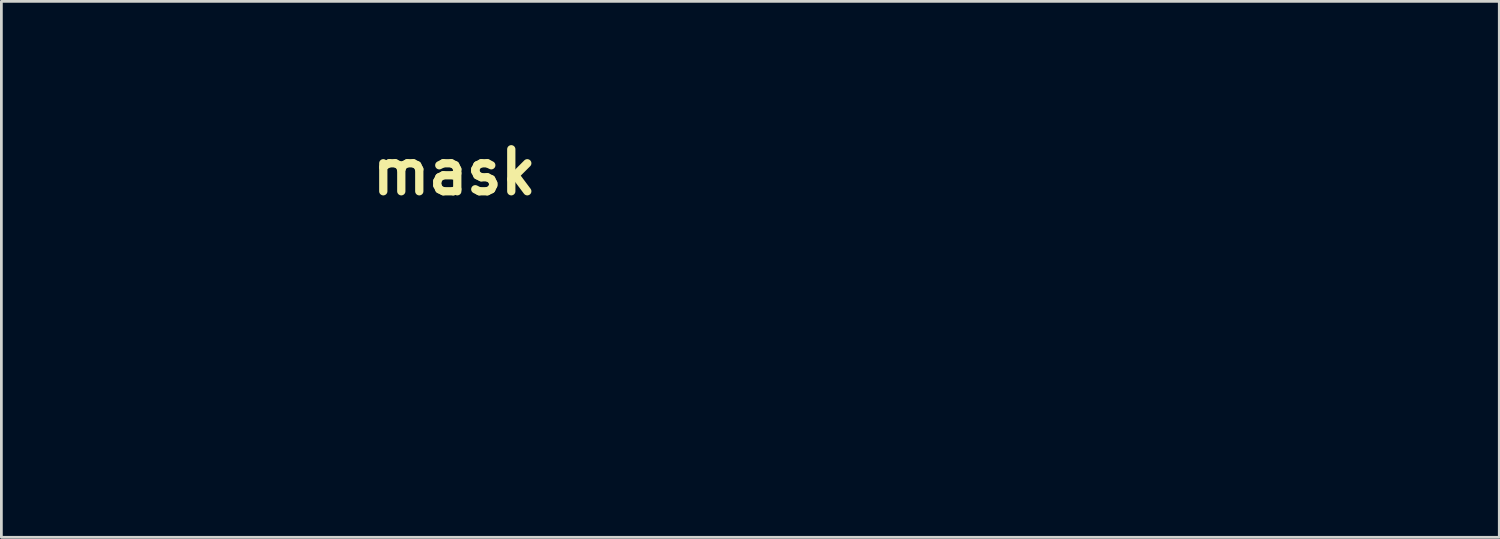
<source format=kicad_pcb>
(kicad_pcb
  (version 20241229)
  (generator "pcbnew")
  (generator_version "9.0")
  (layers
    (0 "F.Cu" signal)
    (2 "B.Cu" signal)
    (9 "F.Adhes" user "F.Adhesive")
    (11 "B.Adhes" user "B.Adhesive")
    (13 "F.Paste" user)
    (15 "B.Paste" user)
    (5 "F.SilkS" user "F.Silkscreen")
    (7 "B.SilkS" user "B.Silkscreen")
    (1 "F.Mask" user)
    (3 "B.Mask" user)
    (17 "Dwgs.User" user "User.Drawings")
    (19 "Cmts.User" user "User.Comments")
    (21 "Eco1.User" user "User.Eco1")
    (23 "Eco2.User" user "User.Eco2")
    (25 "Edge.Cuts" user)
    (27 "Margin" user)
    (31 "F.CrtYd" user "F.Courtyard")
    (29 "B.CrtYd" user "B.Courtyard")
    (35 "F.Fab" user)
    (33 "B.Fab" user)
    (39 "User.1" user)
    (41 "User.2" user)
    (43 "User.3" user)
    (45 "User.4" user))
  (footprint "mask"
    (layer "F.Cu")
    (at 13.435 3.201)
    (property "Reference" "mask" (at 0 0 0) (layer "F.SilkS") (effects (font (size 1.524 1.524) (thickness 0.3))))
    (attr through_hole)
    (fp_poly (pts (xy 0.315 -1.299) (xy 0.469 -1.26) (xy 0.71 -1.144) (xy 0.943 -0.954) (xy 1.14 -0.718) (xy 1.272 -0.468) (xy 1.353 -0.124) (xy 1.344 0.21) (xy 1.254 0.523) (xy 1.095 0.804) (xy 0.876 1.04) (xy 0.609 1.218) (xy 0.302 1.329) (xy -0.033 1.359) (xy -0.288 1.323) (xy -0.621 1.194) (xy -0.903 0.987) (xy -1.12 0.715) (xy -1.263 0.394) (xy -1.318 0.039) (xy -1.319 0.019) (xy -1.276 -0.343) (xy -1.15 -0.661) (xy -0.953 -0.926) (xy -0.696 -1.132) (xy -0.391 -1.268) (xy -0.05 -1.326) (xy 0.315 -1.299)) (stroke (width 0.01) (type solid)) (fill yes) (layer "F.Mask"))
    (fp_poly (pts (xy 0.534 -3.18) (xy 0.833 -3.129) (xy 1.06 -3.068) (xy 1.263 -2.996) (xy 1.455 -2.903) (xy 1.65 -2.78) (xy 1.861 -2.616) (xy 2.102 -2.403) (xy 2.386 -2.132) (xy 2.667 -1.852) (xy 2.949 -1.57) (xy 3.173 -1.351) (xy 3.353 -1.183) (xy 3.502 -1.055) (xy 3.632 -0.958) (xy 3.756 -0.878) (xy 3.888 -0.807) (xy 3.935 -0.784) (xy 4.126 -0.691) (xy 4.268 -0.634) (xy 4.397 -0.605) (xy 4.547 -0.596) (xy 4.754 -0.601) (xy 4.823 -0.604) (xy 5.46 -0.624) (xy 6.029 -0.629) (xy 6.523 -0.618) (xy 6.933 -0.592) (xy 7.253 -0.552) (xy 7.315 -0.54) (xy 7.646 -0.468) (xy 7.99 -0.385) (xy 8.358 -0.289) (xy 8.761 -0.177) (xy 9.209 -0.044) (xy 9.715 0.112) (xy 10.287 0.294) (xy 10.939 0.506) (xy 11.328 0.635) (xy 12.035 0.868) (xy 12.657 1.07) (xy 13.203 1.245) (xy 13.686 1.396) (xy 14.115 1.526) (xy 14.501 1.636) (xy 14.855 1.731) (xy 15.188 1.813) (xy 15.509 1.886) (xy 15.831 1.951) (xy 16.163 2.012) (xy 16.515 2.072) (xy 16.713 2.104) (xy 17.305 2.195) (xy 17.836 2.267) (xy 18.332 2.321) (xy 18.82 2.36) (xy 19.326 2.386) (xy 19.877 2.401) (xy 20.499 2.406) (xy 20.599 2.407) (xy 21.196 2.404) (xy 21.725 2.395) (xy 22.219 2.378) (xy 22.712 2.351) (xy 23.236 2.314) (xy 23.52 2.29) (xy 24.098 2.245) (xy 24.588 2.215) (xy 25.004 2.201) (xy 25.36 2.202) (xy 25.669 2.22) (xy 25.943 2.254) (xy 26.197 2.304) (xy 26.314 2.333) (xy 26.641 2.405) (xy 26.934 2.427) (xy 27.218 2.396) (xy 27.518 2.309) (xy 27.859 2.162) (xy 28.048 2.066) (xy 28.214 1.99) (xy 28.451 1.894) (xy 28.735 1.788) (xy 29.04 1.683) (xy 29.216 1.625) (xy 29.654 1.481) (xy 30.009 1.352) (xy 30.299 1.228) (xy 30.539 1.102) (xy 30.746 0.964) (xy 30.936 0.806) (xy 31.127 0.619) (xy 31.13 0.616) (xy 31.47 0.195) (xy 31.728 -0.276) (xy 31.907 -0.802) (xy 32.009 -1.388) (xy 32.033 -1.746) (xy 32.058 -2.062) (xy 32.109 -2.282) (xy 32.189 -2.409) (xy 32.299 -2.446) (xy 32.443 -2.396) (xy 32.501 -2.359) (xy 32.596 -2.24) (xy 32.599 -2.085) (xy 32.511 -1.9) (xy 32.465 -1.839) (xy 32.348 -1.643) (xy 32.235 -1.367) (xy 32.135 -1.031) (xy 32.061 -0.695) (xy 32.033 -0.43) (xy 32.067 -0.236) (xy 32.168 -0.104) (xy 32.344 -0.03) (xy 32.603 -0.006) (xy 32.806 -0.013) (xy 33.188 -0.055) (xy 33.482 -0.119) (xy 33.7 -0.211) (xy 33.832 -0.312) (xy 33.982 -0.418) (xy 34.136 -0.459) (xy 34.268 -0.431) (xy 34.339 -0.359) (xy 34.386 -0.201) (xy 34.381 -0.031) (xy 34.328 0.105) (xy 34.312 0.123) (xy 34.223 0.19) (xy 34.134 0.189) (xy 34.007 0.12) (xy 34.006 0.12) (xy 33.943 0.085) (xy 33.867 0.065) (xy 33.757 0.059) (xy 33.594 0.065) (xy 33.359 0.083) (xy 33.234 0.095) (xy 32.951 0.118) (xy 32.671 0.137) (xy 32.427 0.149) (xy 32.264 0.153) (xy 32.145 0.153) (xy 32.049 0.162) (xy 31.963 0.188) (xy 31.874 0.241) (xy 31.769 0.33) (xy 31.637 0.466) (xy 31.465 0.656) (xy 31.239 0.911) (xy 31.194 0.963) (xy 30.867 1.335) (xy 30.982 1.428) (xy 31.122 1.515) (xy 31.304 1.579) (xy 31.548 1.624) (xy 31.87 1.654) (xy 32.005 1.662) (xy 32.242 1.671) (xy 32.433 1.669) (xy 32.611 1.651) (xy 32.808 1.614) (xy 33.057 1.555) (xy 33.174 1.525) (xy 33.475 1.452) (xy 33.703 1.406) (xy 33.881 1.387) (xy 34.032 1.388) (xy 34.075 1.393) (xy 34.27 1.403) (xy 34.406 1.374) (xy 34.468 1.341) (xy 34.627 1.281) (xy 34.763 1.308) (xy 34.858 1.407) (xy 34.896 1.564) (xy 34.88 1.696) (xy 34.82 1.814) (xy 34.718 1.843) (xy 34.57 1.783) (xy 34.529 1.756) (xy 34.312 1.629) (xy 34.113 1.567) (xy 33.896 1.564) (xy 33.655 1.605) (xy 33.255 1.693) (xy 32.936 1.762) (xy 32.681 1.813) (xy 32.472 1.847) (xy 32.291 1.865) (xy 32.12 1.869) (xy 31.942 1.86) (xy 31.738 1.838) (xy 31.491 1.806) (xy 31.232 1.77) (xy 30.925 1.73) (xy 30.695 1.703) (xy 30.521 1.69) (xy 30.378 1.689) (xy 30.245 1.702) (xy 30.098 1.726) (xy 30.006 1.744) (xy 29.507 1.855) (xy 29.04 1.985) (xy 28.614 2.13) (xy 28.24 2.284) (xy 27.925 2.444) (xy 27.68 2.604) (xy 27.514 2.762) (xy 27.437 2.911) (xy 27.432 2.954) (xy 27.449 3.041) (xy 27.506 3.133) (xy 27.613 3.24) (xy 27.78 3.37) (xy 28.017 3.532) (xy 28.296 3.709) (xy 29.142 4.265) (xy 29.891 4.809) (xy 30.546 5.344) (xy 31.108 5.872) (xy 31.581 6.397) (xy 31.967 6.92) (xy 32.156 7.229) (xy 32.262 7.397) (xy 32.371 7.536) (xy 32.449 7.608) (xy 32.64 7.693) (xy 32.919 7.758) (xy 33.271 7.802) (xy 33.683 7.821) (xy 33.787 7.822) (xy 34.044 7.821) (xy 34.221 7.814) (xy 34.335 7.799) (xy 34.408 7.772) (xy 34.46 7.73) (xy 34.468 7.722) (xy 34.577 7.651) (xy 34.711 7.622) (xy 34.83 7.639) (xy 34.88 7.68) (xy 34.915 7.807) (xy 34.915 7.98) (xy 34.885 8.152) (xy 34.828 8.275) (xy 34.824 8.28) (xy 34.711 8.367) (xy 34.593 8.364) (xy 34.46 8.283) (xy 34.282 8.19) (xy 34.017 8.121) (xy 33.661 8.077) (xy 33.211 8.057) (xy 33.086 8.056) (xy 32.775 8.055) (xy 32.552 8.063) (xy 32.406 8.093) (xy 32.323 8.155) (xy 32.29 8.261) (xy 32.295 8.423) (xy 32.324 8.65) (xy 32.335 8.723) (xy 32.385 9.044) (xy 32.435 9.278) (xy 32.493 9.439) (xy 32.565 9.542) (xy 32.656 9.6) (xy 32.738 9.623) (xy 32.893 9.676) (xy 32.96 9.772) (xy 32.95 9.924) (xy 32.948 9.931) (xy 32.879 10.054) (xy 32.756 10.157) (xy 32.609 10.225) (xy 32.47 10.243) (xy 32.372 10.203) (xy 32.33 10.112) (xy 32.309 9.974) (xy 32.309 9.954) (xy 32.298 9.807) (xy 32.27 9.584) (xy 32.226 9.302) (xy 32.172 8.981) (xy 32.109 8.639) (xy 32.043 8.293) (xy 31.975 7.963) (xy 31.911 7.668) (xy 31.853 7.424) (xy 31.804 7.251) (xy 31.781 7.188) (xy 31.618 6.901) (xy 31.379 6.577) (xy 31.076 6.226) (xy 30.723 5.863) (xy 30.33 5.498) (xy 29.912 5.143) (xy 29.481 4.812) (xy 29.049 4.514) (xy 28.88 4.409) (xy 28.688 4.29) (xy 28.436 4.13) (xy 28.145 3.942) (xy 27.839 3.743) (xy 27.563 3.561) (xy 27.28 3.375) (xy 27.004 3.198) (xy 26.755 3.043) (xy 26.551 2.921) (xy 26.412 2.843) (xy 26.408 2.841) (xy 26.203 2.745) (xy 25.998 2.669) (xy 25.781 2.612) (xy 25.54 2.572) (xy 25.264 2.549) (xy 24.94 2.543) (xy 24.559 2.553) (xy 24.107 2.577) (xy 23.573 2.616) (xy 23.19 2.648) (xy 21.662 2.74) (xy 20.161 2.757) (xy 18.696 2.7) (xy 17.277 2.567) (xy 15.913 2.361) (xy 15.152 2.208) (xy 14.91 2.148) (xy 14.583 2.055) (xy 14.183 1.934) (xy 13.721 1.787) (xy 13.208 1.62) (xy 12.655 1.434) (xy 12.073 1.235) (xy 11.472 1.025) (xy 10.864 0.808) (xy 10.761 0.77) (xy 10.038 0.515) (xy 9.394 0.3) (xy 8.817 0.124) (xy 8.295 -0.017) (xy 7.815 -0.125) (xy 7.366 -0.205) (xy 6.934 -0.257) (xy 6.509 -0.287) (xy 6.452 -0.289) (xy 5.941 -0.297) (xy 5.516 -0.275) (xy 5.164 -0.224) (xy 4.873 -0.141) (xy 4.719 -0.073) (xy 4.504 0.063) (xy 4.244 0.276) (xy 3.948 0.554) (xy 3.626 0.89) (xy 3.289 1.274) (xy 3.216 1.36) (xy 2.73 1.89) (xy 2.236 2.321) (xy 1.731 2.654) (xy 1.21 2.892) (xy 0.67 3.036) (xy 0.106 3.089) (xy -0.202 3.081) (xy -0.564 3.045) (xy -0.888 2.979) (xy -1.195 2.875) (xy -1.504 2.725) (xy -1.834 2.52) (xy -2.207 2.251) (xy -2.343 2.146) (xy -2.63 1.924) (xy -2.852 1.755) (xy -3.023 1.631) (xy -3.157 1.541) (xy -3.27 1.476) (xy -3.375 1.426) (xy -3.488 1.383) (xy -3.529 1.368) (xy -3.838 1.281) (xy -4.233 1.206) (xy -4.7 1.144) (xy -5.223 1.095) (xy -5.787 1.061) (xy -6.377 1.043) (xy -6.979 1.042) (xy -7.528 1.057) (xy -7.903 1.073) (xy -8.192 1.09) (xy -8.411 1.112) (xy -8.575 1.145) (xy -8.7 1.194) (xy -8.801 1.263) (xy -8.894 1.358) (xy -8.995 1.485) (xy -9.052 1.56) (xy -9.216 1.747) (xy -9.394 1.906) (xy -9.502 1.978) (xy -9.62 2.039) (xy -9.675 2.052) (xy -9.663 2.012) (xy -9.585 1.912) (xy -9.444 1.753) (xy -9.309 1.59) (xy -9.192 1.427) (xy -9.108 1.286) (xy -9.069 1.188) (xy -9.072 1.162) (xy -9.131 1.144) (xy -9.271 1.131) (xy -9.468 1.122) (xy -9.701 1.119) (xy -9.947 1.12) (xy -10.184 1.126) (xy -10.392 1.138) (xy -10.547 1.153) (xy -10.606 1.165) (xy -10.713 1.212) (xy -10.881 1.302) (xy -11.085 1.423) (xy -11.281 1.547) (xy -11.74 1.832) (xy -12.138 2.045) (xy -12.48 2.187) (xy -12.773 2.261) (xy -13.025 2.27) (xy -13.159 2.244) (xy -13.335 2.194) (xy -13.106 2.189) (xy -12.82 2.161) (xy -12.59 2.097) (xy -12.429 2.001) (xy -12.35 1.879) (xy -12.344 1.834) (xy -12.382 1.709) (xy -12.49 1.529) (xy -12.662 1.303) (xy -12.89 1.042) (xy -13.051 0.871) (xy -13.208 0.708) (xy -13.332 0.575) (xy -13.41 0.487) (xy -13.43 0.457) (xy -13.315 0.495) (xy -13.15 0.603) (xy -12.949 0.769) (xy -12.724 0.982) (xy -12.576 1.138) (xy -12.401 1.323) (xy -12.243 1.481) (xy -12.117 1.595) (xy -12.041 1.65) (xy -12.036 1.652) (xy -11.937 1.644) (xy -11.782 1.589) (xy -11.596 1.501) (xy -11.405 1.393) (xy -11.236 1.28) (xy -11.112 1.173) (xy -11.098 1.157) (xy -11.014 1.022) (xy -10.974 0.886) (xy -10.973 0.87) (xy -11.016 0.659) (xy -11.144 0.404) (xy -11.352 0.111) (xy -11.637 -0.214) (xy -11.709 -0.288) (xy -11.879 -0.463) (xy -12.018 -0.61) (xy -12.113 -0.713) (xy -12.151 -0.76) (xy -12.151 -0.762) (xy -12.1 -0.738) (xy -11.987 -0.674) (xy -11.843 -0.587) (xy -11.5 -0.332) (xy -11.157 0.014) (xy -10.885 0.356) (xy -10.73 0.56) (xy -10.604 0.695) (xy -10.484 0.781) (xy -10.345 0.834) (xy -10.213 0.863) (xy -10.021 0.887) (xy -9.752 0.901) (xy -9.427 0.907) (xy -9.062 0.906) (xy -8.679 0.897) (xy -8.295 0.882) (xy -7.929 0.862) (xy -7.6 0.836) (xy -7.328 0.806) (xy -7.13 0.772) (xy -7.076 0.757) (xy -6.931 0.674) (xy -6.878 0.549) (xy -6.915 0.384) (xy -7.042 0.18) (xy -7.258 -0.061) (xy -7.383 -0.18) (xy -7.531 -0.319) (xy -7.639 -0.429) (xy -7.692 -0.495) (xy -7.691 -0.508) (xy -7.597 -0.476) (xy -7.454 -0.39) (xy -7.287 -0.27) (xy -7.122 -0.132) (xy -6.985 0.003) (xy -6.747 0.262) (xy -6.563 0.454) (xy -6.42 0.591) (xy -6.304 0.682) (xy -6.204 0.739) (xy -6.106 0.77) (xy -6.035 0.783) (xy -5.815 0.794) (xy -5.536 0.777) (xy -5.235 0.738) (xy -4.948 0.68) (xy -4.714 0.61) (xy -4.44 0.491) (xy -4.19 0.345) (xy -3.955 0.163) (xy -3.727 -0.065) (xy -3.496 -0.349) (xy -3.253 -0.698) (xy -3.198 -0.788) (xy -2.591 -0.788) (xy -2.551 -0.754) (xy -2.449 -0.685) (xy -2.337 -0.614) (xy -2.083 -0.458) (xy -2.083 0.432) (xy -2.324 0.581) (xy -2.46 0.665) (xy -2.556 0.725) (xy -2.585 0.744) (xy -2.578 0.795) (xy -2.54 0.911) (xy -2.493 1.032) (xy -2.382 1.306) (xy -2.053 1.227) (xy -1.725 1.148) (xy -1.427 1.443) (xy -1.13 1.738) (xy -1.199 1.999) (xy -1.249 2.202) (xy -1.261 2.332) (xy -1.232 2.413) (xy -1.154 2.47) (xy -1.079 2.503) (xy -0.901 2.566) (xy -0.779 2.571) (xy -0.682 2.506) (xy -0.579 2.361) (xy -0.564 2.337) (xy -0.407 2.083) (xy 0.448 2.083) (xy 0.605 2.337) (xy 0.695 2.473) (xy 0.767 2.565) (xy 0.8 2.591) (xy 0.893 2.573) (xy 1.024 2.527) (xy 1.161 2.468) (xy 1.271 2.41) (xy 1.319 2.367) (xy 1.319 2.365) (xy 1.307 2.289) (xy 1.277 2.149) (xy 1.249 2.025) (xy 1.18 1.738) (xy 1.471 1.45) (xy 1.762 1.162) (xy 2.081 1.244) (xy 2.245 1.284) (xy 2.364 1.308) (xy 2.41 1.311) (xy 2.434 1.26) (xy 2.485 1.144) (xy 2.529 1.041) (xy 2.589 0.892) (xy 2.608 0.807) (xy 2.587 0.759) (xy 2.558 0.737) (xy 2.319 0.575) (xy 2.169 0.451) (xy 2.104 0.361) (xy 2.104 0.323) (xy 2.119 0.235) (xy 2.13 0.079) (xy 2.134 -0.101) (xy 2.134 -0.448) (xy 2.637 -0.758) (xy 2.531 -1.014) (xy 2.472 -1.151) (xy 2.416 -1.229) (xy 2.339 -1.259) (xy 2.214 -1.25) (xy 2.016 -1.212) (xy 2.012 -1.212) (xy 1.721 -1.153) (xy 1.466 -1.402) (xy 1.35 -1.517) (xy 1.276 -1.606) (xy 1.24 -1.696) (xy 1.237 -1.81) (xy 1.259 -1.976) (xy 1.299 -2.192) (xy 1.314 -2.303) (xy 1.294 -2.371) (xy 1.218 -2.425) (xy 1.092 -2.484) (xy 0.949 -2.545) (xy 0.847 -2.583) (xy 0.819 -2.59) (xy 0.778 -2.549) (xy 0.705 -2.445) (xy 0.637 -2.336) (xy 0.487 -2.083) (xy -0.391 -2.083) (xy -0.549 -2.337) (xy -0.641 -2.473) (xy -0.719 -2.565) (xy -0.756 -2.591) (xy -0.827 -2.572) (xy -0.956 -2.524) (xy -1.041 -2.489) (xy -1.186 -2.417) (xy -1.249 -2.354) (xy -1.25 -2.299) (xy -1.223 -2.196) (xy -1.186 -2.043) (xy -1.172 -1.981) (xy -1.121 -1.753) (xy -1.416 -1.457) (xy -1.71 -1.161) (xy -2.029 -1.244) (xy -2.195 -1.284) (xy -2.316 -1.307) (xy -2.365 -1.31) (xy -2.392 -1.258) (xy -2.443 -1.147) (xy -2.502 -1.011) (xy -2.555 -0.884) (xy -2.587 -0.801) (xy -2.591 -0.788) (xy -3.198 -0.788) (xy -2.99 -1.123) (xy -2.717 -1.6) (xy -2.566 -1.819) (xy -2.353 -2.065) (xy -2.103 -2.312) (xy -1.84 -2.537) (xy -1.591 -2.715) (xy -1.52 -2.757) (xy -1.029 -2.981) (xy -0.508 -3.128) (xy 0.02 -3.196) (xy 0.534 -3.18)) (stroke (width 0.01) (type solid)) (fill yes) (layer "F.Mask")))
  (gr_rect
    (start -3 -3)
    (end 51.356 16.449)
    (stroke (width 0.1) (type default))
    (fill no)
    (layer "Edge.Cuts")))
</source>
